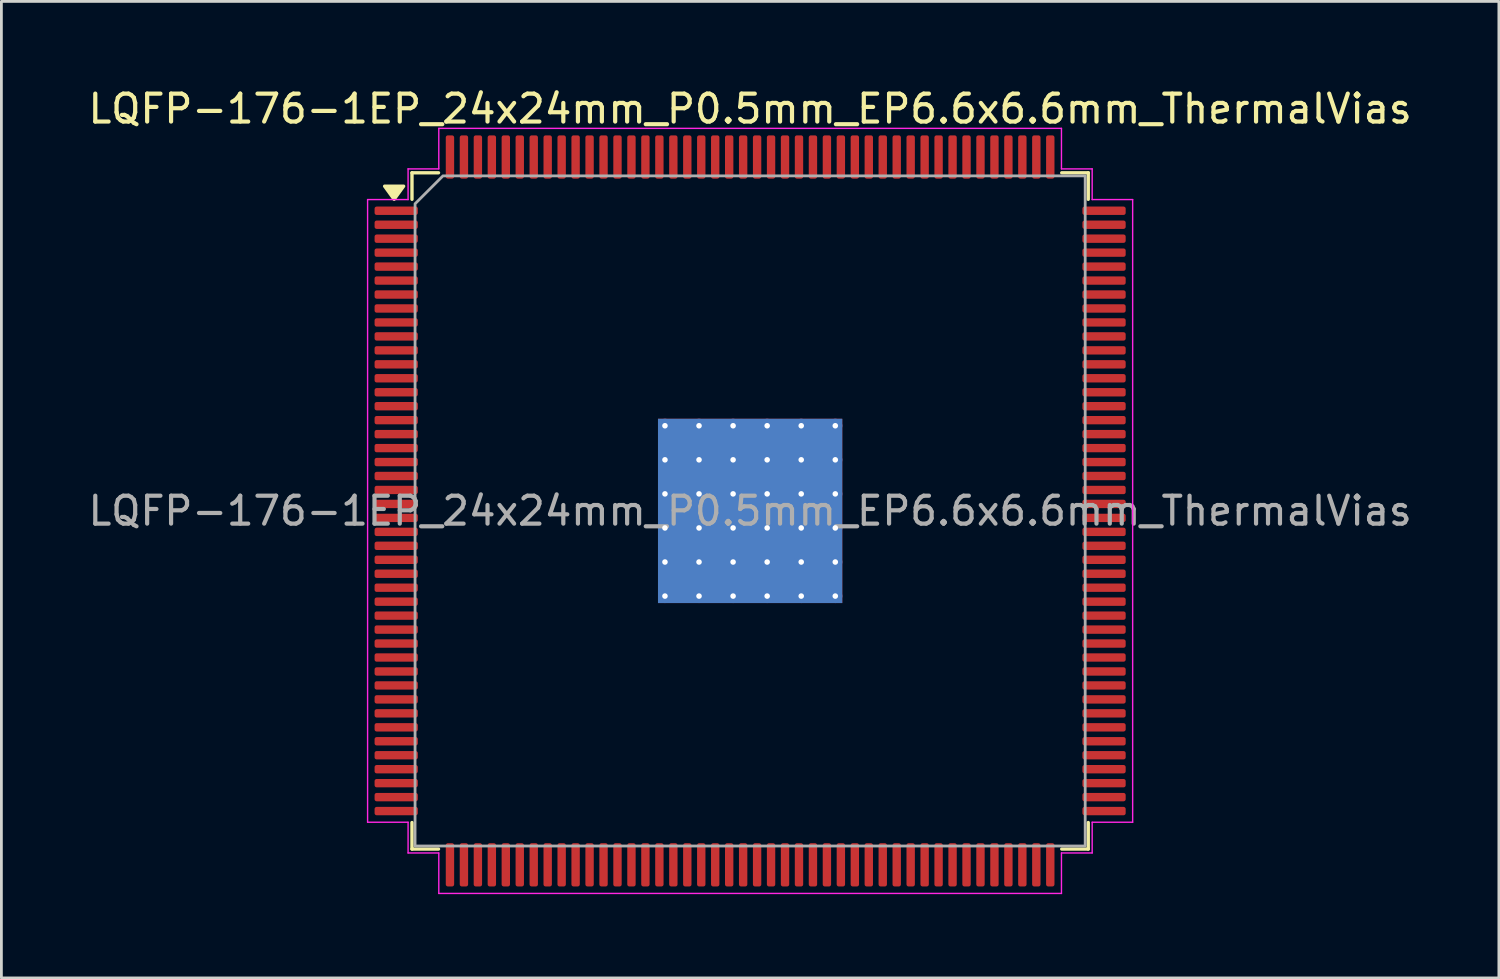
<source format=kicad_pcb>
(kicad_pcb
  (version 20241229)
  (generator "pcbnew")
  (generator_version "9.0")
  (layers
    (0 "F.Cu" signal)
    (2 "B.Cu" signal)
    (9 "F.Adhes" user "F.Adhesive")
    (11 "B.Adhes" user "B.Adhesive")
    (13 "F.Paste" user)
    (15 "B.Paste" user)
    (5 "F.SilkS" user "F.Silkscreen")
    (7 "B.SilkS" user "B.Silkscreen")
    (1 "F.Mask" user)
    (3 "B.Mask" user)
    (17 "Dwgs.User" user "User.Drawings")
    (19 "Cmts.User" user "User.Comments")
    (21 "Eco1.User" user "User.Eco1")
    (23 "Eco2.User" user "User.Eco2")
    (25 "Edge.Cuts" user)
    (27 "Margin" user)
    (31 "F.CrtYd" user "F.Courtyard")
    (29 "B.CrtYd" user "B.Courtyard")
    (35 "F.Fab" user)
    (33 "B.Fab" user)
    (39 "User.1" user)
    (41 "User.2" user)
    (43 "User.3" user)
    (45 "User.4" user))
  (footprint "LQFP-176-1EP_24x24mm_P0.5mm_EP6.6x6.6mm_ThermalVias"
    (layer "F.Cu")
    (at 23.815 15.248)
    (property "Reference" "LQFP-176-1EP_24x24mm_P0.5mm_EP6.6x6.6mm_ThermalVias" (at 0 -14.4 0) (layer "F.SilkS") (effects (font (size 1 1) (thickness 0.15))))
    (attr smd)
    (fp_line (start -12.11 -12.11) (end -11.16 -12.11) (stroke (width 0.12) (type solid)) (layer "F.SilkS"))
    (fp_line (start -12.11 -11.16) (end -12.11 -12.11) (stroke (width 0.12) (type solid)) (layer "F.SilkS"))
    (fp_line (start -12.11 12.11) (end -12.11 11.16) (stroke (width 0.12) (type solid)) (layer "F.SilkS"))
    (fp_line (start -11.16 12.11) (end -12.11 12.11) (stroke (width 0.12) (type solid)) (layer "F.SilkS"))
    (fp_line (start 11.16 -12.11) (end 12.11 -12.11) (stroke (width 0.12) (type solid)) (layer "F.SilkS"))
    (fp_line (start 12.11 -12.11) (end 12.11 -11.16) (stroke (width 0.12) (type solid)) (layer "F.SilkS"))
    (fp_line (start 12.11 11.16) (end 12.11 12.11) (stroke (width 0.12) (type solid)) (layer "F.SilkS"))
    (fp_line (start 12.11 12.11) (end 11.16 12.11) (stroke (width 0.12) (type solid)) (layer "F.SilkS"))
    (fp_poly (pts (xy -12.75 -11.16) (xy -13.09 -11.63) (xy -12.41 -11.63)) (stroke (width 0.12) (type solid)) (fill yes) (layer "F.SilkS"))
    (fp_line (start -13.7 -11.15) (end -12.25 -11.15) (stroke (width 0.05) (type solid)) (layer "F.CrtYd"))
    (fp_line (start -13.7 11.15) (end -13.7 -11.15) (stroke (width 0.05) (type solid)) (layer "F.CrtYd"))
    (fp_line (start -12.25 -12.25) (end -11.15 -12.25) (stroke (width 0.05) (type solid)) (layer "F.CrtYd"))
    (fp_line (start -12.25 -11.15) (end -12.25 -12.25) (stroke (width 0.05) (type solid)) (layer "F.CrtYd"))
    (fp_line (start -12.25 11.15) (end -13.7 11.15) (stroke (width 0.05) (type solid)) (layer "F.CrtYd"))
    (fp_line (start -12.25 12.25) (end -12.25 11.15) (stroke (width 0.05) (type solid)) (layer "F.CrtYd"))
    (fp_line (start -11.15 -13.7) (end 11.15 -13.7) (stroke (width 0.05) (type solid)) (layer "F.CrtYd"))
    (fp_line (start -11.15 -12.25) (end -11.15 -13.7) (stroke (width 0.05) (type solid)) (layer "F.CrtYd"))
    (fp_line (start -11.15 12.25) (end -12.25 12.25) (stroke (width 0.05) (type solid)) (layer "F.CrtYd"))
    (fp_line (start -11.15 13.7) (end -11.15 12.25) (stroke (width 0.05) (type solid)) (layer "F.CrtYd"))
    (fp_line (start 11.15 -13.7) (end 11.15 -12.25) (stroke (width 0.05) (type solid)) (layer "F.CrtYd"))
    (fp_line (start 11.15 -12.25) (end 12.25 -12.25) (stroke (width 0.05) (type solid)) (layer "F.CrtYd"))
    (fp_line (start 11.15 12.25) (end 11.15 13.7) (stroke (width 0.05) (type solid)) (layer "F.CrtYd"))
    (fp_line (start 11.15 13.7) (end -11.15 13.7) (stroke (width 0.05) (type solid)) (layer "F.CrtYd"))
    (fp_line (start 12.25 -12.25) (end 12.25 -11.15) (stroke (width 0.05) (type solid)) (layer "F.CrtYd"))
    (fp_line (start 12.25 -11.15) (end 13.7 -11.15) (stroke (width 0.05) (type solid)) (layer "F.CrtYd"))
    (fp_line (start 12.25 11.15) (end 12.25 12.25) (stroke (width 0.05) (type solid)) (layer "F.CrtYd"))
    (fp_line (start 12.25 12.25) (end 11.15 12.25) (stroke (width 0.05) (type solid)) (layer "F.CrtYd"))
    (fp_line (start 13.7 -11.15) (end 13.7 11.15) (stroke (width 0.05) (type solid)) (layer "F.CrtYd"))
    (fp_line (start 13.7 11.15) (end 12.25 11.15) (stroke (width 0.05) (type solid)) (layer "F.CrtYd"))
    (fp_poly (pts (xy -12 -11) (xy -12 12) (xy 12 12) (xy 12 -12) (xy -11 -12)) (stroke (width 0.1) (type solid)) (fill no) (layer "F.Fab"))
    (fp_text user "${REFERENCE}" (at 0 0 0) (layer "F.Fab") (effects (font (size 1 1) (thickness 0.15))))
    (pad "" smd roundrect (at -2.64 -2.64) (size 1.06 1.06) (layers "F.Paste") (roundrect_rratio 0.236))
    (pad "" smd roundrect (at -2.64 -1.32) (size 1.06 1.06) (layers "F.Paste") (roundrect_rratio 0.236))
    (pad "" smd roundrect (at -2.64 0) (size 1.06 1.06) (layers "F.Paste") (roundrect_rratio 0.236))
    (pad "" smd roundrect (at -2.64 1.32) (size 1.06 1.06) (layers "F.Paste") (roundrect_rratio 0.236))
    (pad "" smd roundrect (at -2.64 2.64) (size 1.06 1.06) (layers "F.Paste") (roundrect_rratio 0.236))
    (pad "" smd roundrect (at -1.32 -2.64) (size 1.06 1.06) (layers "F.Paste") (roundrect_rratio 0.236))
    (pad "" smd roundrect (at -1.32 -1.32) (size 1.06 1.06) (layers "F.Paste") (roundrect_rratio 0.236))
    (pad "" smd roundrect (at -1.32 0) (size 1.06 1.06) (layers "F.Paste") (roundrect_rratio 0.236))
    (pad "" smd roundrect (at -1.32 1.32) (size 1.06 1.06) (layers "F.Paste") (roundrect_rratio 0.236))
    (pad "" smd roundrect (at -1.32 2.64) (size 1.06 1.06) (layers "F.Paste") (roundrect_rratio 0.236))
    (pad "" smd roundrect (at 0 -2.64) (size 1.06 1.06) (layers "F.Paste") (roundrect_rratio 0.236))
    (pad "" smd roundrect (at 0 -1.32) (size 1.06 1.06) (layers "F.Paste") (roundrect_rratio 0.236))
    (pad "" smd roundrect (at 0 0) (size 1.06 1.06) (layers "F.Paste") (roundrect_rratio 0.236))
    (pad "" smd roundrect (at 0 1.32) (size 1.06 1.06) (layers "F.Paste") (roundrect_rratio 0.236))
    (pad "" smd roundrect (at 0 2.64) (size 1.06 1.06) (layers "F.Paste") (roundrect_rratio 0.236))
    (pad "" smd roundrect (at 1.32 -2.64) (size 1.06 1.06) (layers "F.Paste") (roundrect_rratio 0.236))
    (pad "" smd roundrect (at 1.32 -1.32) (size 1.06 1.06) (layers "F.Paste") (roundrect_rratio 0.236))
    (pad "" smd roundrect (at 1.32 0) (size 1.06 1.06) (layers "F.Paste") (roundrect_rratio 0.236))
    (pad "" smd roundrect (at 1.32 1.32) (size 1.06 1.06) (layers "F.Paste") (roundrect_rratio 0.236))
    (pad "" smd roundrect (at 1.32 2.64) (size 1.06 1.06) (layers "F.Paste") (roundrect_rratio 0.236))
    (pad "" smd roundrect (at 2.64 -2.64) (size 1.06 1.06) (layers "F.Paste") (roundrect_rratio 0.236))
    (pad "" smd roundrect (at 2.64 -1.32) (size 1.06 1.06) (layers "F.Paste") (roundrect_rratio 0.236))
    (pad "" smd roundrect (at 2.64 0) (size 1.06 1.06) (layers "F.Paste") (roundrect_rratio 0.236))
    (pad "" smd roundrect (at 2.64 1.32) (size 1.06 1.06) (layers "F.Paste") (roundrect_rratio 0.236))
    (pad "" smd roundrect (at 2.64 2.64) (size 1.06 1.06) (layers "F.Paste") (roundrect_rratio 0.236))
    (pad "1" smd roundrect (at -12.675 -10.75) (size 1.55 0.3) (layers "F.Cu" "F.Mask" "F.Paste") (roundrect_rratio 0.25))
    (pad "2" smd roundrect (at -12.675 -10.25) (size 1.55 0.3) (layers "F.Cu" "F.Mask" "F.Paste") (roundrect_rratio 0.25))
    (pad "3" smd roundrect (at -12.675 -9.75) (size 1.55 0.3) (layers "F.Cu" "F.Mask" "F.Paste") (roundrect_rratio 0.25))
    (pad "4" smd roundrect (at -12.675 -9.25) (size 1.55 0.3) (layers "F.Cu" "F.Mask" "F.Paste") (roundrect_rratio 0.25))
    (pad "5" smd roundrect (at -12.675 -8.75) (size 1.55 0.3) (layers "F.Cu" "F.Mask" "F.Paste") (roundrect_rratio 0.25))
    (pad "6" smd roundrect (at -12.675 -8.25) (size 1.55 0.3) (layers "F.Cu" "F.Mask" "F.Paste") (roundrect_rratio 0.25))
    (pad "7" smd roundrect (at -12.675 -7.75) (size 1.55 0.3) (layers "F.Cu" "F.Mask" "F.Paste") (roundrect_rratio 0.25))
    (pad "8" smd roundrect (at -12.675 -7.25) (size 1.55 0.3) (layers "F.Cu" "F.Mask" "F.Paste") (roundrect_rratio 0.25))
    (pad "9" smd roundrect (at -12.675 -6.75) (size 1.55 0.3) (layers "F.Cu" "F.Mask" "F.Paste") (roundrect_rratio 0.25))
    (pad "10" smd roundrect (at -12.675 -6.25) (size 1.55 0.3) (layers "F.Cu" "F.Mask" "F.Paste") (roundrect_rratio 0.25))
    (pad "11" smd roundrect (at -12.675 -5.75) (size 1.55 0.3) (layers "F.Cu" "F.Mask" "F.Paste") (roundrect_rratio 0.25))
    (pad "12" smd roundrect (at -12.675 -5.25) (size 1.55 0.3) (layers "F.Cu" "F.Mask" "F.Paste") (roundrect_rratio 0.25))
    (pad "13" smd roundrect (at -12.675 -4.75) (size 1.55 0.3) (layers "F.Cu" "F.Mask" "F.Paste") (roundrect_rratio 0.25))
    (pad "14" smd roundrect (at -12.675 -4.25) (size 1.55 0.3) (layers "F.Cu" "F.Mask" "F.Paste") (roundrect_rratio 0.25))
    (pad "15" smd roundrect (at -12.675 -3.75) (size 1.55 0.3) (layers "F.Cu" "F.Mask" "F.Paste") (roundrect_rratio 0.25))
    (pad "16" smd roundrect (at -12.675 -3.25) (size 1.55 0.3) (layers "F.Cu" "F.Mask" "F.Paste") (roundrect_rratio 0.25))
    (pad "17" smd roundrect (at -12.675 -2.75) (size 1.55 0.3) (layers "F.Cu" "F.Mask" "F.Paste") (roundrect_rratio 0.25))
    (pad "18" smd roundrect (at -12.675 -2.25) (size 1.55 0.3) (layers "F.Cu" "F.Mask" "F.Paste") (roundrect_rratio 0.25))
    (pad "19" smd roundrect (at -12.675 -1.75) (size 1.55 0.3) (layers "F.Cu" "F.Mask" "F.Paste") (roundrect_rratio 0.25))
    (pad "20" smd roundrect (at -12.675 -1.25) (size 1.55 0.3) (layers "F.Cu" "F.Mask" "F.Paste") (roundrect_rratio 0.25))
    (pad "21" smd roundrect (at -12.675 -0.75) (size 1.55 0.3) (layers "F.Cu" "F.Mask" "F.Paste") (roundrect_rratio 0.25))
    (pad "22" smd roundrect (at -12.675 -0.25) (size 1.55 0.3) (layers "F.Cu" "F.Mask" "F.Paste") (roundrect_rratio 0.25))
    (pad "23" smd roundrect (at -12.675 0.25) (size 1.55 0.3) (layers "F.Cu" "F.Mask" "F.Paste") (roundrect_rratio 0.25))
    (pad "24" smd roundrect (at -12.675 0.75) (size 1.55 0.3) (layers "F.Cu" "F.Mask" "F.Paste") (roundrect_rratio 0.25))
    (pad "25" smd roundrect (at -12.675 1.25) (size 1.55 0.3) (layers "F.Cu" "F.Mask" "F.Paste") (roundrect_rratio 0.25))
    (pad "26" smd roundrect (at -12.675 1.75) (size 1.55 0.3) (layers "F.Cu" "F.Mask" "F.Paste") (roundrect_rratio 0.25))
    (pad "27" smd roundrect (at -12.675 2.25) (size 1.55 0.3) (layers "F.Cu" "F.Mask" "F.Paste") (roundrect_rratio 0.25))
    (pad "28" smd roundrect (at -12.675 2.75) (size 1.55 0.3) (layers "F.Cu" "F.Mask" "F.Paste") (roundrect_rratio 0.25))
    (pad "29" smd roundrect (at -12.675 3.25) (size 1.55 0.3) (layers "F.Cu" "F.Mask" "F.Paste") (roundrect_rratio 0.25))
    (pad "30" smd roundrect (at -12.675 3.75) (size 1.55 0.3) (layers "F.Cu" "F.Mask" "F.Paste") (roundrect_rratio 0.25))
    (pad "31" smd roundrect (at -12.675 4.25) (size 1.55 0.3) (layers "F.Cu" "F.Mask" "F.Paste") (roundrect_rratio 0.25))
    (pad "32" smd roundrect (at -12.675 4.75) (size 1.55 0.3) (layers "F.Cu" "F.Mask" "F.Paste") (roundrect_rratio 0.25))
    (pad "33" smd roundrect (at -12.675 5.25) (size 1.55 0.3) (layers "F.Cu" "F.Mask" "F.Paste") (roundrect_rratio 0.25))
    (pad "34" smd roundrect (at -12.675 5.75) (size 1.55 0.3) (layers "F.Cu" "F.Mask" "F.Paste") (roundrect_rratio 0.25))
    (pad "35" smd roundrect (at -12.675 6.25) (size 1.55 0.3) (layers "F.Cu" "F.Mask" "F.Paste") (roundrect_rratio 0.25))
    (pad "36" smd roundrect (at -12.675 6.75) (size 1.55 0.3) (layers "F.Cu" "F.Mask" "F.Paste") (roundrect_rratio 0.25))
    (pad "37" smd roundrect (at -12.675 7.25) (size 1.55 0.3) (layers "F.Cu" "F.Mask" "F.Paste") (roundrect_rratio 0.25))
    (pad "38" smd roundrect (at -12.675 7.75) (size 1.55 0.3) (layers "F.Cu" "F.Mask" "F.Paste") (roundrect_rratio 0.25))
    (pad "39" smd roundrect (at -12.675 8.25) (size 1.55 0.3) (layers "F.Cu" "F.Mask" "F.Paste") (roundrect_rratio 0.25))
    (pad "40" smd roundrect (at -12.675 8.75) (size 1.55 0.3) (layers "F.Cu" "F.Mask" "F.Paste") (roundrect_rratio 0.25))
    (pad "41" smd roundrect (at -12.675 9.25) (size 1.55 0.3) (layers "F.Cu" "F.Mask" "F.Paste") (roundrect_rratio 0.25))
    (pad "42" smd roundrect (at -12.675 9.75) (size 1.55 0.3) (layers "F.Cu" "F.Mask" "F.Paste") (roundrect_rratio 0.25))
    (pad "43" smd roundrect (at -12.675 10.25) (size 1.55 0.3) (layers "F.Cu" "F.Mask" "F.Paste") (roundrect_rratio 0.25))
    (pad "44" smd roundrect (at -12.675 10.75) (size 1.55 0.3) (layers "F.Cu" "F.Mask" "F.Paste") (roundrect_rratio 0.25))
    (pad "45" smd roundrect (at -10.75 12.675) (size 0.3 1.55) (layers "F.Cu" "F.Mask" "F.Paste") (roundrect_rratio 0.25))
    (pad "46" smd roundrect (at -10.25 12.675) (size 0.3 1.55) (layers "F.Cu" "F.Mask" "F.Paste") (roundrect_rratio 0.25))
    (pad "47" smd roundrect (at -9.75 12.675) (size 0.3 1.55) (layers "F.Cu" "F.Mask" "F.Paste") (roundrect_rratio 0.25))
    (pad "48" smd roundrect (at -9.25 12.675) (size 0.3 1.55) (layers "F.Cu" "F.Mask" "F.Paste") (roundrect_rratio 0.25))
    (pad "49" smd roundrect (at -8.75 12.675) (size 0.3 1.55) (layers "F.Cu" "F.Mask" "F.Paste") (roundrect_rratio 0.25))
    (pad "50" smd roundrect (at -8.25 12.675) (size 0.3 1.55) (layers "F.Cu" "F.Mask" "F.Paste") (roundrect_rratio 0.25))
    (pad "51" smd roundrect (at -7.75 12.675) (size 0.3 1.55) (layers "F.Cu" "F.Mask" "F.Paste") (roundrect_rratio 0.25))
    (pad "52" smd roundrect (at -7.25 12.675) (size 0.3 1.55) (layers "F.Cu" "F.Mask" "F.Paste") (roundrect_rratio 0.25))
    (pad "53" smd roundrect (at -6.75 12.675) (size 0.3 1.55) (layers "F.Cu" "F.Mask" "F.Paste") (roundrect_rratio 0.25))
    (pad "54" smd roundrect (at -6.25 12.675) (size 0.3 1.55) (layers "F.Cu" "F.Mask" "F.Paste") (roundrect_rratio 0.25))
    (pad "55" smd roundrect (at -5.75 12.675) (size 0.3 1.55) (layers "F.Cu" "F.Mask" "F.Paste") (roundrect_rratio 0.25))
    (pad "56" smd roundrect (at -5.25 12.675) (size 0.3 1.55) (layers "F.Cu" "F.Mask" "F.Paste") (roundrect_rratio 0.25))
    (pad "57" smd roundrect (at -4.75 12.675) (size 0.3 1.55) (layers "F.Cu" "F.Mask" "F.Paste") (roundrect_rratio 0.25))
    (pad "58" smd roundrect (at -4.25 12.675) (size 0.3 1.55) (layers "F.Cu" "F.Mask" "F.Paste") (roundrect_rratio 0.25))
    (pad "59" smd roundrect (at -3.75 12.675) (size 0.3 1.55) (layers "F.Cu" "F.Mask" "F.Paste") (roundrect_rratio 0.25))
    (pad "60" smd roundrect (at -3.25 12.675) (size 0.3 1.55) (layers "F.Cu" "F.Mask" "F.Paste") (roundrect_rratio 0.25))
    (pad "61" smd roundrect (at -2.75 12.675) (size 0.3 1.55) (layers "F.Cu" "F.Mask" "F.Paste") (roundrect_rratio 0.25))
    (pad "62" smd roundrect (at -2.25 12.675) (size 0.3 1.55) (layers "F.Cu" "F.Mask" "F.Paste") (roundrect_rratio 0.25))
    (pad "63" smd roundrect (at -1.75 12.675) (size 0.3 1.55) (layers "F.Cu" "F.Mask" "F.Paste") (roundrect_rratio 0.25))
    (pad "64" smd roundrect (at -1.25 12.675) (size 0.3 1.55) (layers "F.Cu" "F.Mask" "F.Paste") (roundrect_rratio 0.25))
    (pad "65" smd roundrect (at -0.75 12.675) (size 0.3 1.55) (layers "F.Cu" "F.Mask" "F.Paste") (roundrect_rratio 0.25))
    (pad "66" smd roundrect (at -0.25 12.675) (size 0.3 1.55) (layers "F.Cu" "F.Mask" "F.Paste") (roundrect_rratio 0.25))
    (pad "67" smd roundrect (at 0.25 12.675) (size 0.3 1.55) (layers "F.Cu" "F.Mask" "F.Paste") (roundrect_rratio 0.25))
    (pad "68" smd roundrect (at 0.75 12.675) (size 0.3 1.55) (layers "F.Cu" "F.Mask" "F.Paste") (roundrect_rratio 0.25))
    (pad "69" smd roundrect (at 1.25 12.675) (size 0.3 1.55) (layers "F.Cu" "F.Mask" "F.Paste") (roundrect_rratio 0.25))
    (pad "70" smd roundrect (at 1.75 12.675) (size 0.3 1.55) (layers "F.Cu" "F.Mask" "F.Paste") (roundrect_rratio 0.25))
    (pad "71" smd roundrect (at 2.25 12.675) (size 0.3 1.55) (layers "F.Cu" "F.Mask" "F.Paste") (roundrect_rratio 0.25))
    (pad "72" smd roundrect (at 2.75 12.675) (size 0.3 1.55) (layers "F.Cu" "F.Mask" "F.Paste") (roundrect_rratio 0.25))
    (pad "73" smd roundrect (at 3.25 12.675) (size 0.3 1.55) (layers "F.Cu" "F.Mask" "F.Paste") (roundrect_rratio 0.25))
    (pad "74" smd roundrect (at 3.75 12.675) (size 0.3 1.55) (layers "F.Cu" "F.Mask" "F.Paste") (roundrect_rratio 0.25))
    (pad "75" smd roundrect (at 4.25 12.675) (size 0.3 1.55) (layers "F.Cu" "F.Mask" "F.Paste") (roundrect_rratio 0.25))
    (pad "76" smd roundrect (at 4.75 12.675) (size 0.3 1.55) (layers "F.Cu" "F.Mask" "F.Paste") (roundrect_rratio 0.25))
    (pad "77" smd roundrect (at 5.25 12.675) (size 0.3 1.55) (layers "F.Cu" "F.Mask" "F.Paste") (roundrect_rratio 0.25))
    (pad "78" smd roundrect (at 5.75 12.675) (size 0.3 1.55) (layers "F.Cu" "F.Mask" "F.Paste") (roundrect_rratio 0.25))
    (pad "79" smd roundrect (at 6.25 12.675) (size 0.3 1.55) (layers "F.Cu" "F.Mask" "F.Paste") (roundrect_rratio 0.25))
    (pad "80" smd roundrect (at 6.75 12.675) (size 0.3 1.55) (layers "F.Cu" "F.Mask" "F.Paste") (roundrect_rratio 0.25))
    (pad "81" smd roundrect (at 7.25 12.675) (size 0.3 1.55) (layers "F.Cu" "F.Mask" "F.Paste") (roundrect_rratio 0.25))
    (pad "82" smd roundrect (at 7.75 12.675) (size 0.3 1.55) (layers "F.Cu" "F.Mask" "F.Paste") (roundrect_rratio 0.25))
    (pad "83" smd roundrect (at 8.25 12.675) (size 0.3 1.55) (layers "F.Cu" "F.Mask" "F.Paste") (roundrect_rratio 0.25))
    (pad "84" smd roundrect (at 8.75 12.675) (size 0.3 1.55) (layers "F.Cu" "F.Mask" "F.Paste") (roundrect_rratio 0.25))
    (pad "85" smd roundrect (at 9.25 12.675) (size 0.3 1.55) (layers "F.Cu" "F.Mask" "F.Paste") (roundrect_rratio 0.25))
    (pad "86" smd roundrect (at 9.75 12.675) (size 0.3 1.55) (layers "F.Cu" "F.Mask" "F.Paste") (roundrect_rratio 0.25))
    (pad "87" smd roundrect (at 10.25 12.675) (size 0.3 1.55) (layers "F.Cu" "F.Mask" "F.Paste") (roundrect_rratio 0.25))
    (pad "88" smd roundrect (at 10.75 12.675) (size 0.3 1.55) (layers "F.Cu" "F.Mask" "F.Paste") (roundrect_rratio 0.25))
    (pad "89" smd roundrect (at 12.675 10.75) (size 1.55 0.3) (layers "F.Cu" "F.Mask" "F.Paste") (roundrect_rratio 0.25))
    (pad "90" smd roundrect (at 12.675 10.25) (size 1.55 0.3) (layers "F.Cu" "F.Mask" "F.Paste") (roundrect_rratio 0.25))
    (pad "91" smd roundrect (at 12.675 9.75) (size 1.55 0.3) (layers "F.Cu" "F.Mask" "F.Paste") (roundrect_rratio 0.25))
    (pad "92" smd roundrect (at 12.675 9.25) (size 1.55 0.3) (layers "F.Cu" "F.Mask" "F.Paste") (roundrect_rratio 0.25))
    (pad "93" smd roundrect (at 12.675 8.75) (size 1.55 0.3) (layers "F.Cu" "F.Mask" "F.Paste") (roundrect_rratio 0.25))
    (pad "94" smd roundrect (at 12.675 8.25) (size 1.55 0.3) (layers "F.Cu" "F.Mask" "F.Paste") (roundrect_rratio 0.25))
    (pad "95" smd roundrect (at 12.675 7.75) (size 1.55 0.3) (layers "F.Cu" "F.Mask" "F.Paste") (roundrect_rratio 0.25))
    (pad "96" smd roundrect (at 12.675 7.25) (size 1.55 0.3) (layers "F.Cu" "F.Mask" "F.Paste") (roundrect_rratio 0.25))
    (pad "97" smd roundrect (at 12.675 6.75) (size 1.55 0.3) (layers "F.Cu" "F.Mask" "F.Paste") (roundrect_rratio 0.25))
    (pad "98" smd roundrect (at 12.675 6.25) (size 1.55 0.3) (layers "F.Cu" "F.Mask" "F.Paste") (roundrect_rratio 0.25))
    (pad "99" smd roundrect (at 12.675 5.75) (size 1.55 0.3) (layers "F.Cu" "F.Mask" "F.Paste") (roundrect_rratio 0.25))
    (pad "100" smd roundrect (at 12.675 5.25) (size 1.55 0.3) (layers "F.Cu" "F.Mask" "F.Paste") (roundrect_rratio 0.25))
    (pad "101" smd roundrect (at 12.675 4.75) (size 1.55 0.3) (layers "F.Cu" "F.Mask" "F.Paste") (roundrect_rratio 0.25))
    (pad "102" smd roundrect (at 12.675 4.25) (size 1.55 0.3) (layers "F.Cu" "F.Mask" "F.Paste") (roundrect_rratio 0.25))
    (pad "103" smd roundrect (at 12.675 3.75) (size 1.55 0.3) (layers "F.Cu" "F.Mask" "F.Paste") (roundrect_rratio 0.25))
    (pad "104" smd roundrect (at 12.675 3.25) (size 1.55 0.3) (layers "F.Cu" "F.Mask" "F.Paste") (roundrect_rratio 0.25))
    (pad "105" smd roundrect (at 12.675 2.75) (size 1.55 0.3) (layers "F.Cu" "F.Mask" "F.Paste") (roundrect_rratio 0.25))
    (pad "106" smd roundrect (at 12.675 2.25) (size 1.55 0.3) (layers "F.Cu" "F.Mask" "F.Paste") (roundrect_rratio 0.25))
    (pad "107" smd roundrect (at 12.675 1.75) (size 1.55 0.3) (layers "F.Cu" "F.Mask" "F.Paste") (roundrect_rratio 0.25))
    (pad "108" smd roundrect (at 12.675 1.25) (size 1.55 0.3) (layers "F.Cu" "F.Mask" "F.Paste") (roundrect_rratio 0.25))
    (pad "109" smd roundrect (at 12.675 0.75) (size 1.55 0.3) (layers "F.Cu" "F.Mask" "F.Paste") (roundrect_rratio 0.25))
    (pad "110" smd roundrect (at 12.675 0.25) (size 1.55 0.3) (layers "F.Cu" "F.Mask" "F.Paste") (roundrect_rratio 0.25))
    (pad "111" smd roundrect (at 12.675 -0.25) (size 1.55 0.3) (layers "F.Cu" "F.Mask" "F.Paste") (roundrect_rratio 0.25))
    (pad "112" smd roundrect (at 12.675 -0.75) (size 1.55 0.3) (layers "F.Cu" "F.Mask" "F.Paste") (roundrect_rratio 0.25))
    (pad "113" smd roundrect (at 12.675 -1.25) (size 1.55 0.3) (layers "F.Cu" "F.Mask" "F.Paste") (roundrect_rratio 0.25))
    (pad "114" smd roundrect (at 12.675 -1.75) (size 1.55 0.3) (layers "F.Cu" "F.Mask" "F.Paste") (roundrect_rratio 0.25))
    (pad "115" smd roundrect (at 12.675 -2.25) (size 1.55 0.3) (layers "F.Cu" "F.Mask" "F.Paste") (roundrect_rratio 0.25))
    (pad "116" smd roundrect (at 12.675 -2.75) (size 1.55 0.3) (layers "F.Cu" "F.Mask" "F.Paste") (roundrect_rratio 0.25))
    (pad "117" smd roundrect (at 12.675 -3.25) (size 1.55 0.3) (layers "F.Cu" "F.Mask" "F.Paste") (roundrect_rratio 0.25))
    (pad "118" smd roundrect (at 12.675 -3.75) (size 1.55 0.3) (layers "F.Cu" "F.Mask" "F.Paste") (roundrect_rratio 0.25))
    (pad "119" smd roundrect (at 12.675 -4.25) (size 1.55 0.3) (layers "F.Cu" "F.Mask" "F.Paste") (roundrect_rratio 0.25))
    (pad "120" smd roundrect (at 12.675 -4.75) (size 1.55 0.3) (layers "F.Cu" "F.Mask" "F.Paste") (roundrect_rratio 0.25))
    (pad "121" smd roundrect (at 12.675 -5.25) (size 1.55 0.3) (layers "F.Cu" "F.Mask" "F.Paste") (roundrect_rratio 0.25))
    (pad "122" smd roundrect (at 12.675 -5.75) (size 1.55 0.3) (layers "F.Cu" "F.Mask" "F.Paste") (roundrect_rratio 0.25))
    (pad "123" smd roundrect (at 12.675 -6.25) (size 1.55 0.3) (layers "F.Cu" "F.Mask" "F.Paste") (roundrect_rratio 0.25))
    (pad "124" smd roundrect (at 12.675 -6.75) (size 1.55 0.3) (layers "F.Cu" "F.Mask" "F.Paste") (roundrect_rratio 0.25))
    (pad "125" smd roundrect (at 12.675 -7.25) (size 1.55 0.3) (layers "F.Cu" "F.Mask" "F.Paste") (roundrect_rratio 0.25))
    (pad "126" smd roundrect (at 12.675 -7.75) (size 1.55 0.3) (layers "F.Cu" "F.Mask" "F.Paste") (roundrect_rratio 0.25))
    (pad "127" smd roundrect (at 12.675 -8.25) (size 1.55 0.3) (layers "F.Cu" "F.Mask" "F.Paste") (roundrect_rratio 0.25))
    (pad "128" smd roundrect (at 12.675 -8.75) (size 1.55 0.3) (layers "F.Cu" "F.Mask" "F.Paste") (roundrect_rratio 0.25))
    (pad "129" smd roundrect (at 12.675 -9.25) (size 1.55 0.3) (layers "F.Cu" "F.Mask" "F.Paste") (roundrect_rratio 0.25))
    (pad "130" smd roundrect (at 12.675 -9.75) (size 1.55 0.3) (layers "F.Cu" "F.Mask" "F.Paste") (roundrect_rratio 0.25))
    (pad "131" smd roundrect (at 12.675 -10.25) (size 1.55 0.3) (layers "F.Cu" "F.Mask" "F.Paste") (roundrect_rratio 0.25))
    (pad "132" smd roundrect (at 12.675 -10.75) (size 1.55 0.3) (layers "F.Cu" "F.Mask" "F.Paste") (roundrect_rratio 0.25))
    (pad "133" smd roundrect (at 10.75 -12.675) (size 0.3 1.55) (layers "F.Cu" "F.Mask" "F.Paste") (roundrect_rratio 0.25))
    (pad "134" smd roundrect (at 10.25 -12.675) (size 0.3 1.55) (layers "F.Cu" "F.Mask" "F.Paste") (roundrect_rratio 0.25))
    (pad "135" smd roundrect (at 9.75 -12.675) (size 0.3 1.55) (layers "F.Cu" "F.Mask" "F.Paste") (roundrect_rratio 0.25))
    (pad "136" smd roundrect (at 9.25 -12.675) (size 0.3 1.55) (layers "F.Cu" "F.Mask" "F.Paste") (roundrect_rratio 0.25))
    (pad "137" smd roundrect (at 8.75 -12.675) (size 0.3 1.55) (layers "F.Cu" "F.Mask" "F.Paste") (roundrect_rratio 0.25))
    (pad "138" smd roundrect (at 8.25 -12.675) (size 0.3 1.55) (layers "F.Cu" "F.Mask" "F.Paste") (roundrect_rratio 0.25))
    (pad "139" smd roundrect (at 7.75 -12.675) (size 0.3 1.55) (layers "F.Cu" "F.Mask" "F.Paste") (roundrect_rratio 0.25))
    (pad "140" smd roundrect (at 7.25 -12.675) (size 0.3 1.55) (layers "F.Cu" "F.Mask" "F.Paste") (roundrect_rratio 0.25))
    (pad "141" smd roundrect (at 6.75 -12.675) (size 0.3 1.55) (layers "F.Cu" "F.Mask" "F.Paste") (roundrect_rratio 0.25))
    (pad "142" smd roundrect (at 6.25 -12.675) (size 0.3 1.55) (layers "F.Cu" "F.Mask" "F.Paste") (roundrect_rratio 0.25))
    (pad "143" smd roundrect (at 5.75 -12.675) (size 0.3 1.55) (layers "F.Cu" "F.Mask" "F.Paste") (roundrect_rratio 0.25))
    (pad "144" smd roundrect (at 5.25 -12.675) (size 0.3 1.55) (layers "F.Cu" "F.Mask" "F.Paste") (roundrect_rratio 0.25))
    (pad "145" smd roundrect (at 4.75 -12.675) (size 0.3 1.55) (layers "F.Cu" "F.Mask" "F.Paste") (roundrect_rratio 0.25))
    (pad "146" smd roundrect (at 4.25 -12.675) (size 0.3 1.55) (layers "F.Cu" "F.Mask" "F.Paste") (roundrect_rratio 0.25))
    (pad "147" smd roundrect (at 3.75 -12.675) (size 0.3 1.55) (layers "F.Cu" "F.Mask" "F.Paste") (roundrect_rratio 0.25))
    (pad "148" smd roundrect (at 3.25 -12.675) (size 0.3 1.55) (layers "F.Cu" "F.Mask" "F.Paste") (roundrect_rratio 0.25))
    (pad "149" smd roundrect (at 2.75 -12.675) (size 0.3 1.55) (layers "F.Cu" "F.Mask" "F.Paste") (roundrect_rratio 0.25))
    (pad "150" smd roundrect (at 2.25 -12.675) (size 0.3 1.55) (layers "F.Cu" "F.Mask" "F.Paste") (roundrect_rratio 0.25))
    (pad "151" smd roundrect (at 1.75 -12.675) (size 0.3 1.55) (layers "F.Cu" "F.Mask" "F.Paste") (roundrect_rratio 0.25))
    (pad "152" smd roundrect (at 1.25 -12.675) (size 0.3 1.55) (layers "F.Cu" "F.Mask" "F.Paste") (roundrect_rratio 0.25))
    (pad "153" smd roundrect (at 0.75 -12.675) (size 0.3 1.55) (layers "F.Cu" "F.Mask" "F.Paste") (roundrect_rratio 0.25))
    (pad "154" smd roundrect (at 0.25 -12.675) (size 0.3 1.55) (layers "F.Cu" "F.Mask" "F.Paste") (roundrect_rratio 0.25))
    (pad "155" smd roundrect (at -0.25 -12.675) (size 0.3 1.55) (layers "F.Cu" "F.Mask" "F.Paste") (roundrect_rratio 0.25))
    (pad "156" smd roundrect (at -0.75 -12.675) (size 0.3 1.55) (layers "F.Cu" "F.Mask" "F.Paste") (roundrect_rratio 0.25))
    (pad "157" smd roundrect (at -1.25 -12.675) (size 0.3 1.55) (layers "F.Cu" "F.Mask" "F.Paste") (roundrect_rratio 0.25))
    (pad "158" smd roundrect (at -1.75 -12.675) (size 0.3 1.55) (layers "F.Cu" "F.Mask" "F.Paste") (roundrect_rratio 0.25))
    (pad "159" smd roundrect (at -2.25 -12.675) (size 0.3 1.55) (layers "F.Cu" "F.Mask" "F.Paste") (roundrect_rratio 0.25))
    (pad "160" smd roundrect (at -2.75 -12.675) (size 0.3 1.55) (layers "F.Cu" "F.Mask" "F.Paste") (roundrect_rratio 0.25))
    (pad "161" smd roundrect (at -3.25 -12.675) (size 0.3 1.55) (layers "F.Cu" "F.Mask" "F.Paste") (roundrect_rratio 0.25))
    (pad "162" smd roundrect (at -3.75 -12.675) (size 0.3 1.55) (layers "F.Cu" "F.Mask" "F.Paste") (roundrect_rratio 0.25))
    (pad "163" smd roundrect (at -4.25 -12.675) (size 0.3 1.55) (layers "F.Cu" "F.Mask" "F.Paste") (roundrect_rratio 0.25))
    (pad "164" smd roundrect (at -4.75 -12.675) (size 0.3 1.55) (layers "F.Cu" "F.Mask" "F.Paste") (roundrect_rratio 0.25))
    (pad "165" smd roundrect (at -5.25 -12.675) (size 0.3 1.55) (layers "F.Cu" "F.Mask" "F.Paste") (roundrect_rratio 0.25))
    (pad "166" smd roundrect (at -5.75 -12.675) (size 0.3 1.55) (layers "F.Cu" "F.Mask" "F.Paste") (roundrect_rratio 0.25))
    (pad "167" smd roundrect (at -6.25 -12.675) (size 0.3 1.55) (layers "F.Cu" "F.Mask" "F.Paste") (roundrect_rratio 0.25))
    (pad "168" smd roundrect (at -6.75 -12.675) (size 0.3 1.55) (layers "F.Cu" "F.Mask" "F.Paste") (roundrect_rratio 0.25))
    (pad "169" smd roundrect (at -7.25 -12.675) (size 0.3 1.55) (layers "F.Cu" "F.Mask" "F.Paste") (roundrect_rratio 0.25))
    (pad "170" smd roundrect (at -7.75 -12.675) (size 0.3 1.55) (layers "F.Cu" "F.Mask" "F.Paste") (roundrect_rratio 0.25))
    (pad "171" smd roundrect (at -8.25 -12.675) (size 0.3 1.55) (layers "F.Cu" "F.Mask" "F.Paste") (roundrect_rratio 0.25))
    (pad "172" smd roundrect (at -8.75 -12.675) (size 0.3 1.55) (layers "F.Cu" "F.Mask" "F.Paste") (roundrect_rratio 0.25))
    (pad "173" smd roundrect (at -9.25 -12.675) (size 0.3 1.55) (layers "F.Cu" "F.Mask" "F.Paste") (roundrect_rratio 0.25))
    (pad "174" smd roundrect (at -9.75 -12.675) (size 0.3 1.55) (layers "F.Cu" "F.Mask" "F.Paste") (roundrect_rratio 0.25))
    (pad "175" smd roundrect (at -10.25 -12.675) (size 0.3 1.55) (layers "F.Cu" "F.Mask" "F.Paste") (roundrect_rratio 0.25))
    (pad "176" smd roundrect (at -10.75 -12.675) (size 0.3 1.55) (layers "F.Cu" "F.Mask" "F.Paste") (roundrect_rratio 0.25))
    (pad "177" thru_hole circle (at -3.05 -3.05) (size 0.5 0.5) (drill 0.2) (property pad_prop_heatsink) (layers "*.Cu"))
    (pad "177" thru_hole circle (at -3.05 -1.83) (size 0.5 0.5) (drill 0.2) (property pad_prop_heatsink) (layers "*.Cu"))
    (pad "177" thru_hole circle (at -3.05 -0.61) (size 0.5 0.5) (drill 0.2) (property pad_prop_heatsink) (layers "*.Cu"))
    (pad "177" thru_hole circle (at -3.05 0.61) (size 0.5 0.5) (drill 0.2) (property pad_prop_heatsink) (layers "*.Cu"))
    (pad "177" thru_hole circle (at -3.05 1.83) (size 0.5 0.5) (drill 0.2) (property pad_prop_heatsink) (layers "*.Cu"))
    (pad "177" thru_hole circle (at -3.05 3.05) (size 0.5 0.5) (drill 0.2) (property pad_prop_heatsink) (layers "*.Cu"))
    (pad "177" thru_hole circle (at -1.83 -3.05) (size 0.5 0.5) (drill 0.2) (property pad_prop_heatsink) (layers "*.Cu"))
    (pad "177" thru_hole circle (at -1.83 -1.83) (size 0.5 0.5) (drill 0.2) (property pad_prop_heatsink) (layers "*.Cu"))
    (pad "177" thru_hole circle (at -1.83 -0.61) (size 0.5 0.5) (drill 0.2) (property pad_prop_heatsink) (layers "*.Cu"))
    (pad "177" thru_hole circle (at -1.83 0.61) (size 0.5 0.5) (drill 0.2) (property pad_prop_heatsink) (layers "*.Cu"))
    (pad "177" thru_hole circle (at -1.83 1.83) (size 0.5 0.5) (drill 0.2) (property pad_prop_heatsink) (layers "*.Cu"))
    (pad "177" thru_hole circle (at -1.83 3.05) (size 0.5 0.5) (drill 0.2) (property pad_prop_heatsink) (layers "*.Cu"))
    (pad "177" thru_hole circle (at -0.61 -3.05) (size 0.5 0.5) (drill 0.2) (property pad_prop_heatsink) (layers "*.Cu"))
    (pad "177" thru_hole circle (at -0.61 -1.83) (size 0.5 0.5) (drill 0.2) (property pad_prop_heatsink) (layers "*.Cu"))
    (pad "177" thru_hole circle (at -0.61 -0.61) (size 0.5 0.5) (drill 0.2) (property pad_prop_heatsink) (layers "*.Cu"))
    (pad "177" thru_hole circle (at -0.61 0.61) (size 0.5 0.5) (drill 0.2) (property pad_prop_heatsink) (layers "*.Cu"))
    (pad "177" thru_hole circle (at -0.61 1.83) (size 0.5 0.5) (drill 0.2) (property pad_prop_heatsink) (layers "*.Cu"))
    (pad "177" thru_hole circle (at -0.61 3.05) (size 0.5 0.5) (drill 0.2) (property pad_prop_heatsink) (layers "*.Cu"))
    (pad "177" smd rect (at 0 0) (size 6.6 6.6) (property pad_prop_heatsink) (layers "F.Cu" "F.Mask"))
    (pad "177" smd rect (at 0 0) (size 6.6 6.6) (property pad_prop_heatsink) (layers "B.Cu"))
    (pad "177" thru_hole circle (at 0.61 -3.05) (size 0.5 0.5) (drill 0.2) (property pad_prop_heatsink) (layers "*.Cu"))
    (pad "177" thru_hole circle (at 0.61 -1.83) (size 0.5 0.5) (drill 0.2) (property pad_prop_heatsink) (layers "*.Cu"))
    (pad "177" thru_hole circle (at 0.61 -0.61) (size 0.5 0.5) (drill 0.2) (property pad_prop_heatsink) (layers "*.Cu"))
    (pad "177" thru_hole circle (at 0.61 0.61) (size 0.5 0.5) (drill 0.2) (property pad_prop_heatsink) (layers "*.Cu"))
    (pad "177" thru_hole circle (at 0.61 1.83) (size 0.5 0.5) (drill 0.2) (property pad_prop_heatsink) (layers "*.Cu"))
    (pad "177" thru_hole circle (at 0.61 3.05) (size 0.5 0.5) (drill 0.2) (property pad_prop_heatsink) (layers "*.Cu"))
    (pad "177" thru_hole circle (at 1.83 -3.05) (size 0.5 0.5) (drill 0.2) (property pad_prop_heatsink) (layers "*.Cu"))
    (pad "177" thru_hole circle (at 1.83 -1.83) (size 0.5 0.5) (drill 0.2) (property pad_prop_heatsink) (layers "*.Cu"))
    (pad "177" thru_hole circle (at 1.83 -0.61) (size 0.5 0.5) (drill 0.2) (property pad_prop_heatsink) (layers "*.Cu"))
    (pad "177" thru_hole circle (at 1.83 0.61) (size 0.5 0.5) (drill 0.2) (property pad_prop_heatsink) (layers "*.Cu"))
    (pad "177" thru_hole circle (at 1.83 1.83) (size 0.5 0.5) (drill 0.2) (property pad_prop_heatsink) (layers "*.Cu"))
    (pad "177" thru_hole circle (at 1.83 3.05) (size 0.5 0.5) (drill 0.2) (property pad_prop_heatsink) (layers "*.Cu"))
    (pad "177" thru_hole circle (at 3.05 -3.05) (size 0.5 0.5) (drill 0.2) (property pad_prop_heatsink) (layers "*.Cu"))
    (pad "177" thru_hole circle (at 3.05 -1.83) (size 0.5 0.5) (drill 0.2) (property pad_prop_heatsink) (layers "*.Cu"))
    (pad "177" thru_hole circle (at 3.05 -0.61) (size 0.5 0.5) (drill 0.2) (property pad_prop_heatsink) (layers "*.Cu"))
    (pad "177" thru_hole circle (at 3.05 0.61) (size 0.5 0.5) (drill 0.2) (property pad_prop_heatsink) (layers "*.Cu"))
    (pad "177" thru_hole circle (at 3.05 1.83) (size 0.5 0.5) (drill 0.2) (property pad_prop_heatsink) (layers "*.Cu"))
    (pad "177" thru_hole circle (at 3.05 3.05) (size 0.5 0.5) (drill 0.2) (property pad_prop_heatsink) (layers "*.Cu")))
  (gr_rect
    (start -3 -3)
    (end 50.631 31.973)
    (stroke (width 0.1) (type default))
    (fill no)
    (layer "Edge.Cuts")))
</source>
